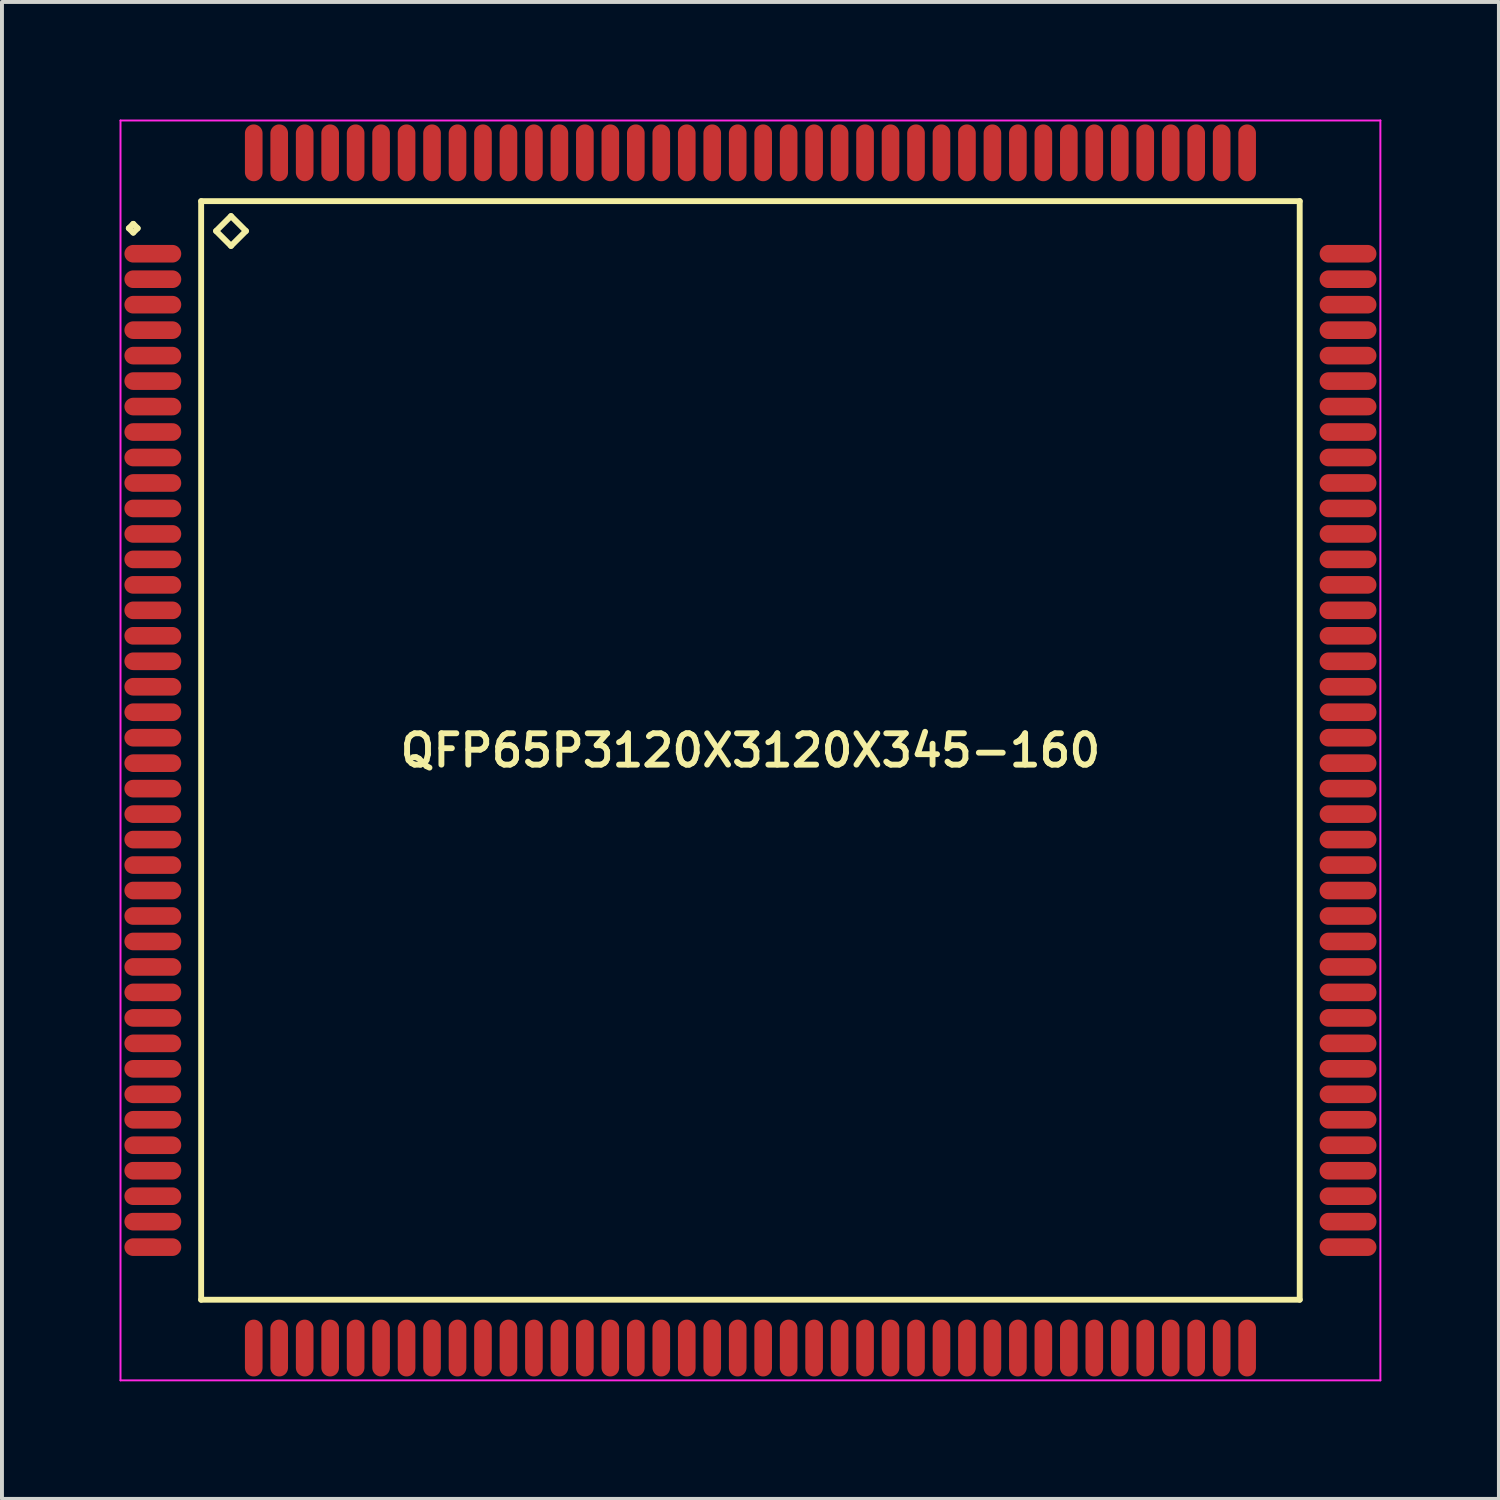
<source format=kicad_pcb>
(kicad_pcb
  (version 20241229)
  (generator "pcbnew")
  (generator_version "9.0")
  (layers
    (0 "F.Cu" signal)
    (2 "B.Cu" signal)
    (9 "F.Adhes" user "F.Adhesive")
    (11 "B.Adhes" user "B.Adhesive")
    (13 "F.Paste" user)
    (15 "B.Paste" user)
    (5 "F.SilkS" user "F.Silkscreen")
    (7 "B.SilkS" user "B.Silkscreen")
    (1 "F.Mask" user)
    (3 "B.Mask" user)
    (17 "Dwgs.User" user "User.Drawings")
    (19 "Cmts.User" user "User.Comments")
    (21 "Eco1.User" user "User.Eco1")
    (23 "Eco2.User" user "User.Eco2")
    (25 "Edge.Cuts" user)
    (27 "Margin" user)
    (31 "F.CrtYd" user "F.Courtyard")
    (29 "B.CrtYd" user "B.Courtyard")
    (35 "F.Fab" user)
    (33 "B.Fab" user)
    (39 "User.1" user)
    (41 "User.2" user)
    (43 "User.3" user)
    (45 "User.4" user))
  (footprint "QFP65P3120X3120X345-160"
    (layer "F.Cu")
    (at 16.1 16.1)
    (property "Reference" "QFP65P3120X3120X345-160" (at 0 0 0) (layer "F.SilkS") (effects (font (size 0.8 0.8) (thickness 0.15))))
    (attr smd)
    (fp_line (start -15.863 -13.325) (end -15.75 -13.438) (stroke (width 0.15) (type solid)) (layer "F.SilkS"))
    (fp_line (start -15.75 -13.438) (end -15.637 -13.325) (stroke (width 0.15) (type solid)) (layer "F.SilkS"))
    (fp_line (start -15.75 -13.213) (end -15.863 -13.325) (stroke (width 0.15) (type solid)) (layer "F.SilkS"))
    (fp_line (start -15.637 -13.325) (end -15.75 -13.213) (stroke (width 0.15) (type solid)) (layer "F.SilkS"))
    (fp_line (start -14.017 -14.017) (end -14.017 14.017) (stroke (width 0.15) (type solid)) (layer "F.SilkS"))
    (fp_line (start -14.017 14.017) (end 14.017 14.017) (stroke (width 0.15) (type solid)) (layer "F.SilkS"))
    (fp_line (start -13.636 -13.255) (end -13.255 -13.636) (stroke (width 0.15) (type solid)) (layer "F.SilkS"))
    (fp_line (start -13.255 -13.636) (end -12.874 -13.255) (stroke (width 0.15) (type solid)) (layer "F.SilkS"))
    (fp_line (start -13.255 -12.874) (end -13.636 -13.255) (stroke (width 0.15) (type solid)) (layer "F.SilkS"))
    (fp_line (start -12.874 -13.255) (end -13.255 -12.874) (stroke (width 0.15) (type solid)) (layer "F.SilkS"))
    (fp_line (start 14.017 -14.017) (end -14.017 -14.017) (stroke (width 0.15) (type solid)) (layer "F.SilkS"))
    (fp_line (start 14.017 14.017) (end 14.017 -14.017) (stroke (width 0.15) (type solid)) (layer "F.SilkS"))
    (fp_line (start -16.075 -16.075) (end 16.075 -16.075) (stroke (width 0.05) (type solid)) (layer "F.CrtYd"))
    (fp_line (start -16.075 16.075) (end -16.075 -16.075) (stroke (width 0.05) (type solid)) (layer "F.CrtYd"))
    (fp_line (start 16.075 -16.075) (end 16.075 16.075) (stroke (width 0.05) (type solid)) (layer "F.CrtYd"))
    (fp_line (start 16.075 16.075) (end -16.075 16.075) (stroke (width 0.05) (type solid)) (layer "F.CrtYd"))
    (pad "1" smd oval (at -15.25 -12.675) (size 1.45 0.45) (layers "F.Cu" "F.Mask" "F.Paste"))
    (pad "2" smd oval (at -15.25 -12.025) (size 1.45 0.45) (layers "F.Cu" "F.Mask" "F.Paste"))
    (pad "3" smd oval (at -15.25 -11.375) (size 1.45 0.45) (layers "F.Cu" "F.Mask" "F.Paste"))
    (pad "4" smd oval (at -15.25 -10.725) (size 1.45 0.45) (layers "F.Cu" "F.Mask" "F.Paste"))
    (pad "5" smd oval (at -15.25 -10.075) (size 1.45 0.45) (layers "F.Cu" "F.Mask" "F.Paste"))
    (pad "6" smd oval (at -15.25 -9.425) (size 1.45 0.45) (layers "F.Cu" "F.Mask" "F.Paste"))
    (pad "7" smd oval (at -15.25 -8.775) (size 1.45 0.45) (layers "F.Cu" "F.Mask" "F.Paste"))
    (pad "8" smd oval (at -15.25 -8.125) (size 1.45 0.45) (layers "F.Cu" "F.Mask" "F.Paste"))
    (pad "9" smd oval (at -15.25 -7.475) (size 1.45 0.45) (layers "F.Cu" "F.Mask" "F.Paste"))
    (pad "10" smd oval (at -15.25 -6.825) (size 1.45 0.45) (layers "F.Cu" "F.Mask" "F.Paste"))
    (pad "11" smd oval (at -15.25 -6.175) (size 1.45 0.45) (layers "F.Cu" "F.Mask" "F.Paste"))
    (pad "12" smd oval (at -15.25 -5.525) (size 1.45 0.45) (layers "F.Cu" "F.Mask" "F.Paste"))
    (pad "13" smd oval (at -15.25 -4.875) (size 1.45 0.45) (layers "F.Cu" "F.Mask" "F.Paste"))
    (pad "14" smd oval (at -15.25 -4.225) (size 1.45 0.45) (layers "F.Cu" "F.Mask" "F.Paste"))
    (pad "15" smd oval (at -15.25 -3.575) (size 1.45 0.45) (layers "F.Cu" "F.Mask" "F.Paste"))
    (pad "16" smd oval (at -15.25 -2.925) (size 1.45 0.45) (layers "F.Cu" "F.Mask" "F.Paste"))
    (pad "17" smd oval (at -15.25 -2.275) (size 1.45 0.45) (layers "F.Cu" "F.Mask" "F.Paste"))
    (pad "18" smd oval (at -15.25 -1.625) (size 1.45 0.45) (layers "F.Cu" "F.Mask" "F.Paste"))
    (pad "19" smd oval (at -15.25 -0.975) (size 1.45 0.45) (layers "F.Cu" "F.Mask" "F.Paste"))
    (pad "20" smd oval (at -15.25 -0.325) (size 1.45 0.45) (layers "F.Cu" "F.Mask" "F.Paste"))
    (pad "21" smd oval (at -15.25 0.325) (size 1.45 0.45) (layers "F.Cu" "F.Mask" "F.Paste"))
    (pad "22" smd oval (at -15.25 0.975) (size 1.45 0.45) (layers "F.Cu" "F.Mask" "F.Paste"))
    (pad "23" smd oval (at -15.25 1.625) (size 1.45 0.45) (layers "F.Cu" "F.Mask" "F.Paste"))
    (pad "24" smd oval (at -15.25 2.275) (size 1.45 0.45) (layers "F.Cu" "F.Mask" "F.Paste"))
    (pad "25" smd oval (at -15.25 2.925) (size 1.45 0.45) (layers "F.Cu" "F.Mask" "F.Paste"))
    (pad "26" smd oval (at -15.25 3.575) (size 1.45 0.45) (layers "F.Cu" "F.Mask" "F.Paste"))
    (pad "27" smd oval (at -15.25 4.225) (size 1.45 0.45) (layers "F.Cu" "F.Mask" "F.Paste"))
    (pad "28" smd oval (at -15.25 4.875) (size 1.45 0.45) (layers "F.Cu" "F.Mask" "F.Paste"))
    (pad "29" smd oval (at -15.25 5.525) (size 1.45 0.45) (layers "F.Cu" "F.Mask" "F.Paste"))
    (pad "30" smd oval (at -15.25 6.175) (size 1.45 0.45) (layers "F.Cu" "F.Mask" "F.Paste"))
    (pad "31" smd oval (at -15.25 6.825) (size 1.45 0.45) (layers "F.Cu" "F.Mask" "F.Paste"))
    (pad "32" smd oval (at -15.25 7.475) (size 1.45 0.45) (layers "F.Cu" "F.Mask" "F.Paste"))
    (pad "33" smd oval (at -15.25 8.125) (size 1.45 0.45) (layers "F.Cu" "F.Mask" "F.Paste"))
    (pad "34" smd oval (at -15.25 8.775) (size 1.45 0.45) (layers "F.Cu" "F.Mask" "F.Paste"))
    (pad "35" smd oval (at -15.25 9.425) (size 1.45 0.45) (layers "F.Cu" "F.Mask" "F.Paste"))
    (pad "36" smd oval (at -15.25 10.075) (size 1.45 0.45) (layers "F.Cu" "F.Mask" "F.Paste"))
    (pad "37" smd oval (at -15.25 10.725) (size 1.45 0.45) (layers "F.Cu" "F.Mask" "F.Paste"))
    (pad "38" smd oval (at -15.25 11.375) (size 1.45 0.45) (layers "F.Cu" "F.Mask" "F.Paste"))
    (pad "39" smd oval (at -15.25 12.025) (size 1.45 0.45) (layers "F.Cu" "F.Mask" "F.Paste"))
    (pad "40" smd oval (at -15.25 12.675) (size 1.45 0.45) (layers "F.Cu" "F.Mask" "F.Paste"))
    (pad "41" smd oval (at -12.675 15.25) (size 0.45 1.45) (layers "F.Cu" "F.Mask" "F.Paste"))
    (pad "42" smd oval (at -12.025 15.25) (size 0.45 1.45) (layers "F.Cu" "F.Mask" "F.Paste"))
    (pad "43" smd oval (at -11.375 15.25) (size 0.45 1.45) (layers "F.Cu" "F.Mask" "F.Paste"))
    (pad "44" smd oval (at -10.725 15.25) (size 0.45 1.45) (layers "F.Cu" "F.Mask" "F.Paste"))
    (pad "45" smd oval (at -10.075 15.25) (size 0.45 1.45) (layers "F.Cu" "F.Mask" "F.Paste"))
    (pad "46" smd oval (at -9.425 15.25) (size 0.45 1.45) (layers "F.Cu" "F.Mask" "F.Paste"))
    (pad "47" smd oval (at -8.775 15.25) (size 0.45 1.45) (layers "F.Cu" "F.Mask" "F.Paste"))
    (pad "48" smd oval (at -8.125 15.25) (size 0.45 1.45) (layers "F.Cu" "F.Mask" "F.Paste"))
    (pad "49" smd oval (at -7.475 15.25) (size 0.45 1.45) (layers "F.Cu" "F.Mask" "F.Paste"))
    (pad "50" smd oval (at -6.825 15.25) (size 0.45 1.45) (layers "F.Cu" "F.Mask" "F.Paste"))
    (pad "51" smd oval (at -6.175 15.25) (size 0.45 1.45) (layers "F.Cu" "F.Mask" "F.Paste"))
    (pad "52" smd oval (at -5.525 15.25) (size 0.45 1.45) (layers "F.Cu" "F.Mask" "F.Paste"))
    (pad "53" smd oval (at -4.875 15.25) (size 0.45 1.45) (layers "F.Cu" "F.Mask" "F.Paste"))
    (pad "54" smd oval (at -4.225 15.25) (size 0.45 1.45) (layers "F.Cu" "F.Mask" "F.Paste"))
    (pad "55" smd oval (at -3.575 15.25) (size 0.45 1.45) (layers "F.Cu" "F.Mask" "F.Paste"))
    (pad "56" smd oval (at -2.925 15.25) (size 0.45 1.45) (layers "F.Cu" "F.Mask" "F.Paste"))
    (pad "57" smd oval (at -2.275 15.25) (size 0.45 1.45) (layers "F.Cu" "F.Mask" "F.Paste"))
    (pad "58" smd oval (at -1.625 15.25) (size 0.45 1.45) (layers "F.Cu" "F.Mask" "F.Paste"))
    (pad "59" smd oval (at -0.975 15.25) (size 0.45 1.45) (layers "F.Cu" "F.Mask" "F.Paste"))
    (pad "60" smd oval (at -0.325 15.25) (size 0.45 1.45) (layers "F.Cu" "F.Mask" "F.Paste"))
    (pad "61" smd oval (at 0.325 15.25) (size 0.45 1.45) (layers "F.Cu" "F.Mask" "F.Paste"))
    (pad "62" smd oval (at 0.975 15.25) (size 0.45 1.45) (layers "F.Cu" "F.Mask" "F.Paste"))
    (pad "63" smd oval (at 1.625 15.25) (size 0.45 1.45) (layers "F.Cu" "F.Mask" "F.Paste"))
    (pad "64" smd oval (at 2.275 15.25) (size 0.45 1.45) (layers "F.Cu" "F.Mask" "F.Paste"))
    (pad "65" smd oval (at 2.925 15.25) (size 0.45 1.45) (layers "F.Cu" "F.Mask" "F.Paste"))
    (pad "66" smd oval (at 3.575 15.25) (size 0.45 1.45) (layers "F.Cu" "F.Mask" "F.Paste"))
    (pad "67" smd oval (at 4.225 15.25) (size 0.45 1.45) (layers "F.Cu" "F.Mask" "F.Paste"))
    (pad "68" smd oval (at 4.875 15.25) (size 0.45 1.45) (layers "F.Cu" "F.Mask" "F.Paste"))
    (pad "69" smd oval (at 5.525 15.25) (size 0.45 1.45) (layers "F.Cu" "F.Mask" "F.Paste"))
    (pad "70" smd oval (at 6.175 15.25) (size 0.45 1.45) (layers "F.Cu" "F.Mask" "F.Paste"))
    (pad "71" smd oval (at 6.825 15.25) (size 0.45 1.45) (layers "F.Cu" "F.Mask" "F.Paste"))
    (pad "72" smd oval (at 7.475 15.25) (size 0.45 1.45) (layers "F.Cu" "F.Mask" "F.Paste"))
    (pad "73" smd oval (at 8.125 15.25) (size 0.45 1.45) (layers "F.Cu" "F.Mask" "F.Paste"))
    (pad "74" smd oval (at 8.775 15.25) (size 0.45 1.45) (layers "F.Cu" "F.Mask" "F.Paste"))
    (pad "75" smd oval (at 9.425 15.25) (size 0.45 1.45) (layers "F.Cu" "F.Mask" "F.Paste"))
    (pad "76" smd oval (at 10.075 15.25) (size 0.45 1.45) (layers "F.Cu" "F.Mask" "F.Paste"))
    (pad "77" smd oval (at 10.725 15.25) (size 0.45 1.45) (layers "F.Cu" "F.Mask" "F.Paste"))
    (pad "78" smd oval (at 11.375 15.25) (size 0.45 1.45) (layers "F.Cu" "F.Mask" "F.Paste"))
    (pad "79" smd oval (at 12.025 15.25) (size 0.45 1.45) (layers "F.Cu" "F.Mask" "F.Paste"))
    (pad "80" smd oval (at 12.675 15.25) (size 0.45 1.45) (layers "F.Cu" "F.Mask" "F.Paste"))
    (pad "81" smd oval (at 15.25 12.675) (size 1.45 0.45) (layers "F.Cu" "F.Mask" "F.Paste"))
    (pad "82" smd oval (at 15.25 12.025) (size 1.45 0.45) (layers "F.Cu" "F.Mask" "F.Paste"))
    (pad "83" smd oval (at 15.25 11.375) (size 1.45 0.45) (layers "F.Cu" "F.Mask" "F.Paste"))
    (pad "84" smd oval (at 15.25 10.725) (size 1.45 0.45) (layers "F.Cu" "F.Mask" "F.Paste"))
    (pad "85" smd oval (at 15.25 10.075) (size 1.45 0.45) (layers "F.Cu" "F.Mask" "F.Paste"))
    (pad "86" smd oval (at 15.25 9.425) (size 1.45 0.45) (layers "F.Cu" "F.Mask" "F.Paste"))
    (pad "87" smd oval (at 15.25 8.775) (size 1.45 0.45) (layers "F.Cu" "F.Mask" "F.Paste"))
    (pad "88" smd oval (at 15.25 8.125) (size 1.45 0.45) (layers "F.Cu" "F.Mask" "F.Paste"))
    (pad "89" smd oval (at 15.25 7.475) (size 1.45 0.45) (layers "F.Cu" "F.Mask" "F.Paste"))
    (pad "90" smd oval (at 15.25 6.825) (size 1.45 0.45) (layers "F.Cu" "F.Mask" "F.Paste"))
    (pad "91" smd oval (at 15.25 6.175) (size 1.45 0.45) (layers "F.Cu" "F.Mask" "F.Paste"))
    (pad "92" smd oval (at 15.25 5.525) (size 1.45 0.45) (layers "F.Cu" "F.Mask" "F.Paste"))
    (pad "93" smd oval (at 15.25 4.875) (size 1.45 0.45) (layers "F.Cu" "F.Mask" "F.Paste"))
    (pad "94" smd oval (at 15.25 4.225) (size 1.45 0.45) (layers "F.Cu" "F.Mask" "F.Paste"))
    (pad "95" smd oval (at 15.25 3.575) (size 1.45 0.45) (layers "F.Cu" "F.Mask" "F.Paste"))
    (pad "96" smd oval (at 15.25 2.925) (size 1.45 0.45) (layers "F.Cu" "F.Mask" "F.Paste"))
    (pad "97" smd oval (at 15.25 2.275) (size 1.45 0.45) (layers "F.Cu" "F.Mask" "F.Paste"))
    (pad "98" smd oval (at 15.25 1.625) (size 1.45 0.45) (layers "F.Cu" "F.Mask" "F.Paste"))
    (pad "99" smd oval (at 15.25 0.975) (size 1.45 0.45) (layers "F.Cu" "F.Mask" "F.Paste"))
    (pad "100" smd oval (at 15.25 0.325) (size 1.45 0.45) (layers "F.Cu" "F.Mask" "F.Paste"))
    (pad "101" smd oval (at 15.25 -0.325) (size 1.45 0.45) (layers "F.Cu" "F.Mask" "F.Paste"))
    (pad "102" smd oval (at 15.25 -0.975) (size 1.45 0.45) (layers "F.Cu" "F.Mask" "F.Paste"))
    (pad "103" smd oval (at 15.25 -1.625) (size 1.45 0.45) (layers "F.Cu" "F.Mask" "F.Paste"))
    (pad "104" smd oval (at 15.25 -2.275) (size 1.45 0.45) (layers "F.Cu" "F.Mask" "F.Paste"))
    (pad "105" smd oval (at 15.25 -2.925) (size 1.45 0.45) (layers "F.Cu" "F.Mask" "F.Paste"))
    (pad "106" smd oval (at 15.25 -3.575) (size 1.45 0.45) (layers "F.Cu" "F.Mask" "F.Paste"))
    (pad "107" smd oval (at 15.25 -4.225) (size 1.45 0.45) (layers "F.Cu" "F.Mask" "F.Paste"))
    (pad "108" smd oval (at 15.25 -4.875) (size 1.45 0.45) (layers "F.Cu" "F.Mask" "F.Paste"))
    (pad "109" smd oval (at 15.25 -5.525) (size 1.45 0.45) (layers "F.Cu" "F.Mask" "F.Paste"))
    (pad "110" smd oval (at 15.25 -6.175) (size 1.45 0.45) (layers "F.Cu" "F.Mask" "F.Paste"))
    (pad "111" smd oval (at 15.25 -6.825) (size 1.45 0.45) (layers "F.Cu" "F.Mask" "F.Paste"))
    (pad "112" smd oval (at 15.25 -7.475) (size 1.45 0.45) (layers "F.Cu" "F.Mask" "F.Paste"))
    (pad "113" smd oval (at 15.25 -8.125) (size 1.45 0.45) (layers "F.Cu" "F.Mask" "F.Paste"))
    (pad "114" smd oval (at 15.25 -8.775) (size 1.45 0.45) (layers "F.Cu" "F.Mask" "F.Paste"))
    (pad "115" smd oval (at 15.25 -9.425) (size 1.45 0.45) (layers "F.Cu" "F.Mask" "F.Paste"))
    (pad "116" smd oval (at 15.25 -10.075) (size 1.45 0.45) (layers "F.Cu" "F.Mask" "F.Paste"))
    (pad "117" smd oval (at 15.25 -10.725) (size 1.45 0.45) (layers "F.Cu" "F.Mask" "F.Paste"))
    (pad "118" smd oval (at 15.25 -11.375) (size 1.45 0.45) (layers "F.Cu" "F.Mask" "F.Paste"))
    (pad "119" smd oval (at 15.25 -12.025) (size 1.45 0.45) (layers "F.Cu" "F.Mask" "F.Paste"))
    (pad "120" smd oval (at 15.25 -12.675) (size 1.45 0.45) (layers "F.Cu" "F.Mask" "F.Paste"))
    (pad "121" smd oval (at 12.675 -15.25) (size 0.45 1.45) (layers "F.Cu" "F.Mask" "F.Paste"))
    (pad "122" smd oval (at 12.025 -15.25) (size 0.45 1.45) (layers "F.Cu" "F.Mask" "F.Paste"))
    (pad "123" smd oval (at 11.375 -15.25) (size 0.45 1.45) (layers "F.Cu" "F.Mask" "F.Paste"))
    (pad "124" smd oval (at 10.725 -15.25) (size 0.45 1.45) (layers "F.Cu" "F.Mask" "F.Paste"))
    (pad "125" smd oval (at 10.075 -15.25) (size 0.45 1.45) (layers "F.Cu" "F.Mask" "F.Paste"))
    (pad "126" smd oval (at 9.425 -15.25) (size 0.45 1.45) (layers "F.Cu" "F.Mask" "F.Paste"))
    (pad "127" smd oval (at 8.775 -15.25) (size 0.45 1.45) (layers "F.Cu" "F.Mask" "F.Paste"))
    (pad "128" smd oval (at 8.125 -15.25) (size 0.45 1.45) (layers "F.Cu" "F.Mask" "F.Paste"))
    (pad "129" smd oval (at 7.475 -15.25) (size 0.45 1.45) (layers "F.Cu" "F.Mask" "F.Paste"))
    (pad "130" smd oval (at 6.825 -15.25) (size 0.45 1.45) (layers "F.Cu" "F.Mask" "F.Paste"))
    (pad "131" smd oval (at 6.175 -15.25) (size 0.45 1.45) (layers "F.Cu" "F.Mask" "F.Paste"))
    (pad "132" smd oval (at 5.525 -15.25) (size 0.45 1.45) (layers "F.Cu" "F.Mask" "F.Paste"))
    (pad "133" smd oval (at 4.875 -15.25) (size 0.45 1.45) (layers "F.Cu" "F.Mask" "F.Paste"))
    (pad "134" smd oval (at 4.225 -15.25) (size 0.45 1.45) (layers "F.Cu" "F.Mask" "F.Paste"))
    (pad "135" smd oval (at 3.575 -15.25) (size 0.45 1.45) (layers "F.Cu" "F.Mask" "F.Paste"))
    (pad "136" smd oval (at 2.925 -15.25) (size 0.45 1.45) (layers "F.Cu" "F.Mask" "F.Paste"))
    (pad "137" smd oval (at 2.275 -15.25) (size 0.45 1.45) (layers "F.Cu" "F.Mask" "F.Paste"))
    (pad "138" smd oval (at 1.625 -15.25) (size 0.45 1.45) (layers "F.Cu" "F.Mask" "F.Paste"))
    (pad "139" smd oval (at 0.975 -15.25) (size 0.45 1.45) (layers "F.Cu" "F.Mask" "F.Paste"))
    (pad "140" smd oval (at 0.325 -15.25) (size 0.45 1.45) (layers "F.Cu" "F.Mask" "F.Paste"))
    (pad "141" smd oval (at -0.325 -15.25) (size 0.45 1.45) (layers "F.Cu" "F.Mask" "F.Paste"))
    (pad "142" smd oval (at -0.975 -15.25) (size 0.45 1.45) (layers "F.Cu" "F.Mask" "F.Paste"))
    (pad "143" smd oval (at -1.625 -15.25) (size 0.45 1.45) (layers "F.Cu" "F.Mask" "F.Paste"))
    (pad "144" smd oval (at -2.275 -15.25) (size 0.45 1.45) (layers "F.Cu" "F.Mask" "F.Paste"))
    (pad "145" smd oval (at -2.925 -15.25) (size 0.45 1.45) (layers "F.Cu" "F.Mask" "F.Paste"))
    (pad "146" smd oval (at -3.575 -15.25) (size 0.45 1.45) (layers "F.Cu" "F.Mask" "F.Paste"))
    (pad "147" smd oval (at -4.225 -15.25) (size 0.45 1.45) (layers "F.Cu" "F.Mask" "F.Paste"))
    (pad "148" smd oval (at -4.875 -15.25) (size 0.45 1.45) (layers "F.Cu" "F.Mask" "F.Paste"))
    (pad "149" smd oval (at -5.525 -15.25) (size 0.45 1.45) (layers "F.Cu" "F.Mask" "F.Paste"))
    (pad "150" smd oval (at -6.175 -15.25) (size 0.45 1.45) (layers "F.Cu" "F.Mask" "F.Paste"))
    (pad "151" smd oval (at -6.825 -15.25) (size 0.45 1.45) (layers "F.Cu" "F.Mask" "F.Paste"))
    (pad "152" smd oval (at -7.475 -15.25) (size 0.45 1.45) (layers "F.Cu" "F.Mask" "F.Paste"))
    (pad "153" smd oval (at -8.125 -15.25) (size 0.45 1.45) (layers "F.Cu" "F.Mask" "F.Paste"))
    (pad "154" smd oval (at -8.775 -15.25) (size 0.45 1.45) (layers "F.Cu" "F.Mask" "F.Paste"))
    (pad "155" smd oval (at -9.425 -15.25) (size 0.45 1.45) (layers "F.Cu" "F.Mask" "F.Paste"))
    (pad "156" smd oval (at -10.075 -15.25) (size 0.45 1.45) (layers "F.Cu" "F.Mask" "F.Paste"))
    (pad "157" smd oval (at -10.725 -15.25) (size 0.45 1.45) (layers "F.Cu" "F.Mask" "F.Paste"))
    (pad "158" smd oval (at -11.375 -15.25) (size 0.45 1.45) (layers "F.Cu" "F.Mask" "F.Paste"))
    (pad "159" smd oval (at -12.025 -15.25) (size 0.45 1.45) (layers "F.Cu" "F.Mask" "F.Paste"))
    (pad "160" smd oval (at -12.675 -15.25) (size 0.45 1.45) (layers "F.Cu" "F.Mask" "F.Paste")))
  (gr_rect
    (start -3 -3)
    (end 35.2 35.2)
    (stroke (width 0.1) (type default))
    (fill no)
    (layer "Edge.Cuts")))
</source>
